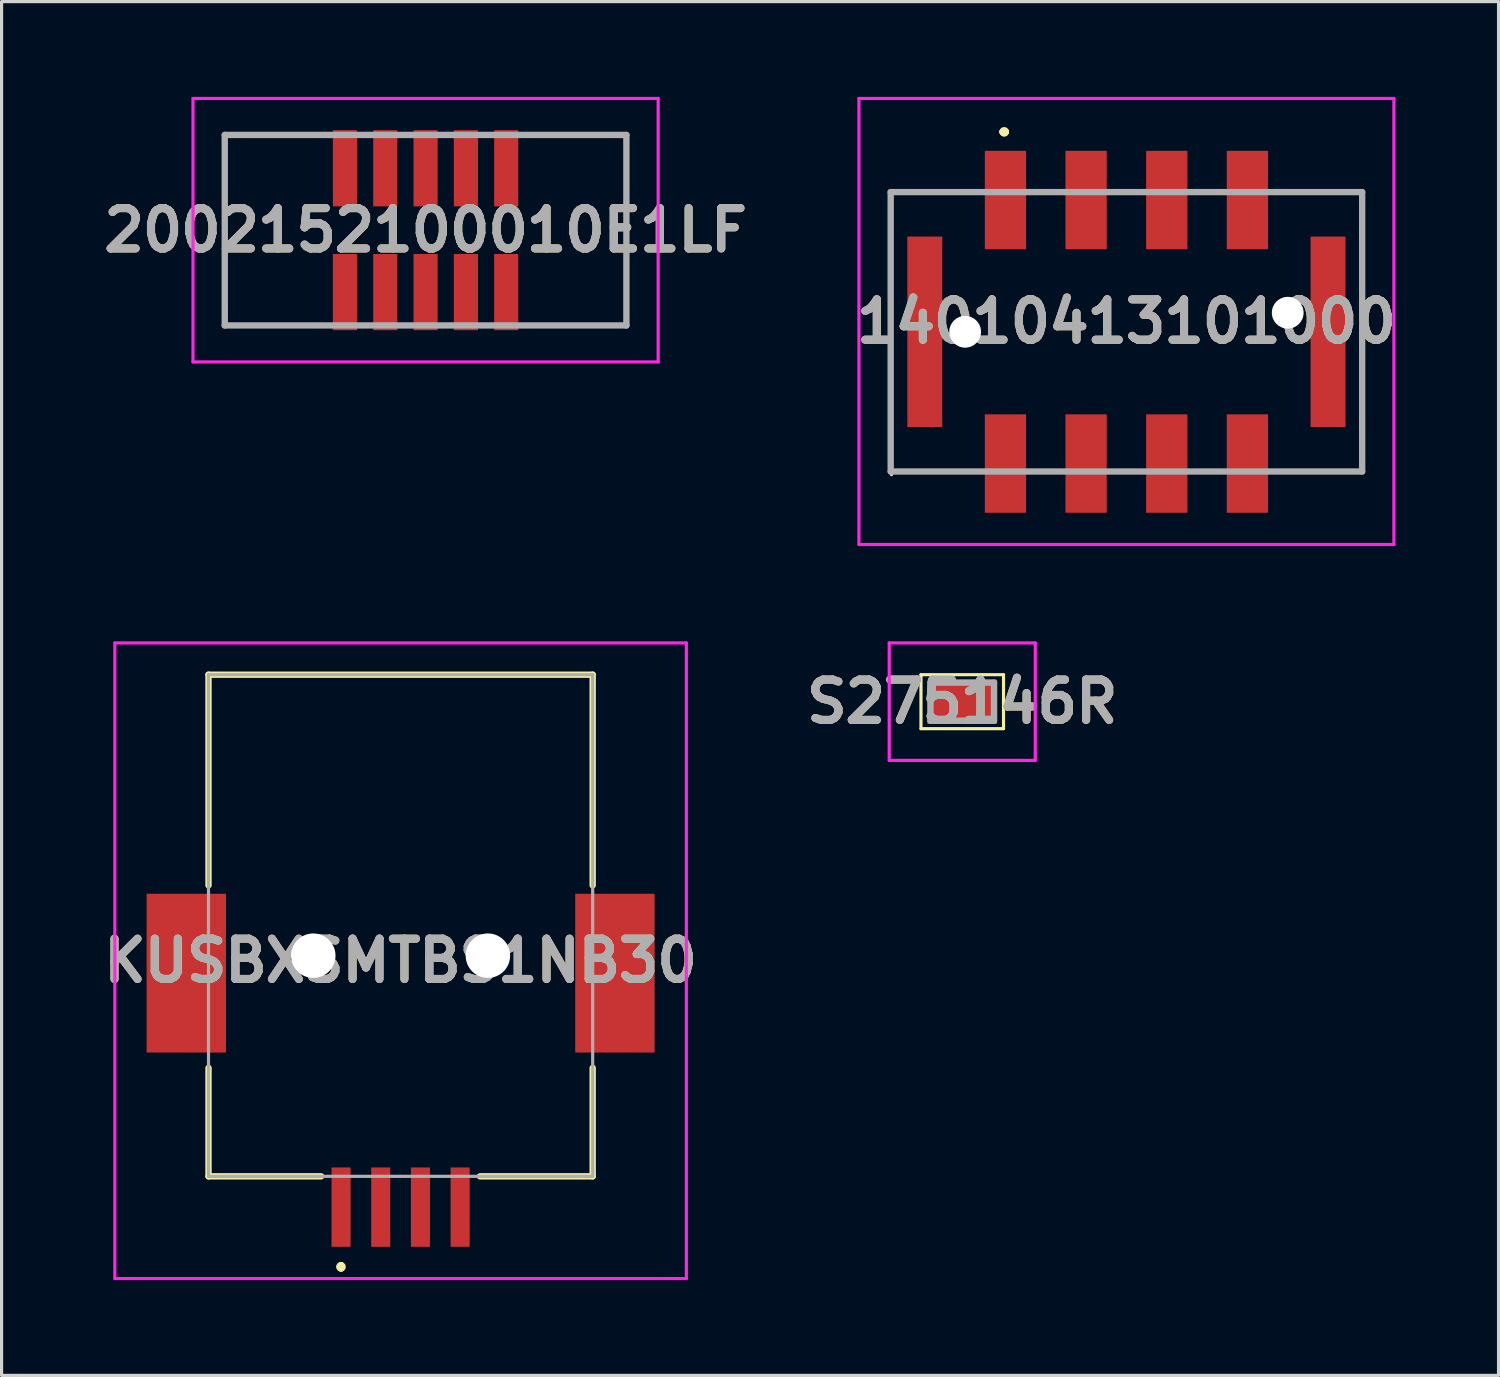
<source format=kicad_pcb>
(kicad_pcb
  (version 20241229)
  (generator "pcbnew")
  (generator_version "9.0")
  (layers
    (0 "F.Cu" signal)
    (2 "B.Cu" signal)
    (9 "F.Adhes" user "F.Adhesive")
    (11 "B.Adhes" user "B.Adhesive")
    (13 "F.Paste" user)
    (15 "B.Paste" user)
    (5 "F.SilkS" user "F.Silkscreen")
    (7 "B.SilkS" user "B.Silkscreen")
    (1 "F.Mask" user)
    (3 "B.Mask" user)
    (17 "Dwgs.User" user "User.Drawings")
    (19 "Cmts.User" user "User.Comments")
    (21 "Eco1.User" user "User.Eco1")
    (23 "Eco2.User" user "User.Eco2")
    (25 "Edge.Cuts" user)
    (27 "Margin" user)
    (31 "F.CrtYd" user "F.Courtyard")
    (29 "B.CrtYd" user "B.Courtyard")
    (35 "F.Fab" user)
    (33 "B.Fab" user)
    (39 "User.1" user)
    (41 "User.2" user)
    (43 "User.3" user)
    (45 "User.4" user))
  (footprint "KUSBXSMTBS1NB30"
    (layer "F.Cu")
    (at 9.567 27.05)
    (property "Reference" "KUSBXSMTBS1NB30" (at 0 0.16 0) (layer "F.SilkS") (effects (font (size 1.27 1.27) (thickness 0.254))))
    (attr through_hole)
    (fp_line (start -6.05 -8.85) (end 6.05 -8.85) (stroke (width 0.2) (type solid)) (layer "F.SilkS"))
    (fp_line (start -6.05 -2.215) (end -6.05 -8.85) (stroke (width 0.2) (type solid)) (layer "F.SilkS"))
    (fp_line (start -6.05 6.95) (end -6.05 3.535) (stroke (width 0.2) (type solid)) (layer "F.SilkS"))
    (fp_line (start -2.5 6.95) (end -6.05 6.95) (stroke (width 0.2) (type solid)) (layer "F.SilkS"))
    (fp_line (start -1.875 9.75) (end -1.875 9.75) (stroke (width 0.2) (type solid)) (layer "F.SilkS"))
    (fp_line (start -1.875 9.75) (end -1.875 9.75) (stroke (width 0.2) (type solid)) (layer "F.SilkS"))
    (fp_line (start -1.875 9.85) (end -1.875 9.85) (stroke (width 0.2) (type solid)) (layer "F.SilkS"))
    (fp_line (start 6.05 -8.85) (end 6.05 -2.215) (stroke (width 0.2) (type solid)) (layer "F.SilkS"))
    (fp_line (start 6.05 3.535) (end 6.05 6.95) (stroke (width 0.2) (type solid)) (layer "F.SilkS"))
    (fp_line (start 6.05 6.95) (end 2.5 6.95) (stroke (width 0.2) (type solid)) (layer "F.SilkS"))
    (fp_arc (start -1.875 9.75) (mid -1.825 9.8) (end -1.875 9.85) (stroke (width 0.2) (type solid)) (layer "F.SilkS"))
    (fp_arc (start -1.875 9.85) (mid -1.925 9.8) (end -1.875 9.75) (stroke (width 0.2) (type solid)) (layer "F.SilkS"))
    (fp_arc (start -1.875 9.85) (mid -1.925 9.8) (end -1.875 9.75) (stroke (width 0.2) (type solid)) (layer "F.SilkS"))
    (fp_line (start -9 -9.85) (end 9 -9.85) (stroke (width 0.1) (type solid)) (layer "F.CrtYd"))
    (fp_line (start -9 10.17) (end -9 -9.85) (stroke (width 0.1) (type solid)) (layer "F.CrtYd"))
    (fp_line (start 9 -9.85) (end 9 10.17) (stroke (width 0.1) (type solid)) (layer "F.CrtYd"))
    (fp_line (start 9 10.17) (end -9 10.17) (stroke (width 0.1) (type solid)) (layer "F.CrtYd"))
    (fp_line (start -6.05 -8.85) (end -6.05 6.95) (stroke (width 0.1) (type solid)) (layer "F.Fab"))
    (fp_line (start -6.05 6.95) (end 6.05 6.95) (stroke (width 0.1) (type solid)) (layer "F.Fab"))
    (fp_line (start 6.05 -8.85) (end -6.05 -8.85) (stroke (width 0.1) (type solid)) (layer "F.Fab"))
    (fp_line (start 6.05 6.95) (end 6.05 -8.85) (stroke (width 0.1) (type solid)) (layer "F.Fab"))
    (fp_text user "${REFERENCE}" (at 0 0.16 0) (layer "F.Fab") (effects (font (size 1.27 1.27) (thickness 0.254))))
    (pad "" np_thru_hole circle (at -2.75 0) (size 1.4 1.4) (drill 1.4) (layers "*.Cu" "*.Mask"))
    (pad "" np_thru_hole circle (at 2.75 0) (size 1.4 1.4) (drill 1.4) (layers "*.Cu" "*.Mask"))
    (pad "1" smd rect (at -1.875 7.92) (size 0.6 2.5) (layers "F.Cu" "F.Mask" "F.Paste"))
    (pad "2" smd rect (at 0.625 7.92) (size 0.6 2.5) (layers "F.Cu" "F.Mask" "F.Paste"))
    (pad "3" smd rect (at 1.875 7.92) (size 0.6 2.5) (layers "F.Cu" "F.Mask" "F.Paste"))
    (pad "4" smd rect (at -0.625 7.92) (size 0.6 2.5) (layers "F.Cu" "F.Mask" "F.Paste"))
    (pad "MP1" smd rect (at -6.75 0.55) (size 2.5 5) (layers "F.Cu" "F.Mask" "F.Paste"))
    (pad "MP2" smd rect (at 6.75 0.55) (size 2.5 5) (layers "F.Cu" "F.Mask" "F.Paste")))
  (footprint "S275146R"
    (layer "F.Cu")
    (at 27.257 19.05)
    (property "Reference" "S275146R" (at 0 0 0) (layer "F.SilkS") (effects (font (size 1.27 1.27) (thickness 0.254))))
    (attr smd)
    (fp_line (start -1.3 -0.85) (end 1.3 -0.85) (stroke (width 0.1) (type solid)) (layer "F.SilkS"))
    (fp_line (start -1.3 0.85) (end -1.3 -0.85) (stroke (width 0.1) (type solid)) (layer "F.SilkS"))
    (fp_line (start 1.3 -0.85) (end 1.3 0.85) (stroke (width 0.1) (type solid)) (layer "F.SilkS"))
    (fp_line (start 1.3 0.85) (end -1.3 0.85) (stroke (width 0.1) (type solid)) (layer "F.SilkS"))
    (fp_line (start -2.3 -1.85) (end 2.3 -1.85) (stroke (width 0.1) (type solid)) (layer "F.CrtYd"))
    (fp_line (start -2.3 1.85) (end -2.3 -1.85) (stroke (width 0.1) (type solid)) (layer "F.CrtYd"))
    (fp_line (start 2.3 -1.85) (end 2.3 1.85) (stroke (width 0.1) (type solid)) (layer "F.CrtYd"))
    (fp_line (start 2.3 1.85) (end -2.3 1.85) (stroke (width 0.1) (type solid)) (layer "F.CrtYd"))
    (fp_line (start -1 -0.6) (end 1 -0.6) (stroke (width 0.2) (type solid)) (layer "F.Fab"))
    (fp_line (start -1 0.6) (end -1 -0.6) (stroke (width 0.2) (type solid)) (layer "F.Fab"))
    (fp_line (start 1 -0.6) (end 1 0.6) (stroke (width 0.2) (type solid)) (layer "F.Fab"))
    (fp_line (start 1 0.6) (end -1 0.6) (stroke (width 0.2) (type solid)) (layer "F.Fab"))
    (fp_text user "${REFERENCE}" (at 0 0 0) (layer "F.Fab") (effects (font (size 1.27 1.27) (thickness 0.254))))
    (pad "1" smd rect (at 0 0 90) (size 1.4 2.2) (layers "F.Cu" "F.Mask" "F.Paste")))
  (footprint "2002152100010E1LF"
    (layer "F.Cu")
    (at 10.354 4.2)
    (property "Reference" "2002152100010E1LF" (at 0 0 0) (layer "F.SilkS") (effects (font (size 1.27 1.27) (thickness 0.254))))
    (attr smd)
    (fp_line (start -6.325 -3) (end -3.1 -3) (stroke (width 0.1) (type solid)) (layer "F.SilkS"))
    (fp_line (start -6.3 3) (end -6.325 -3) (stroke (width 0.1) (type solid)) (layer "F.SilkS"))
    (fp_line (start -3.2 3) (end -6.3 3) (stroke (width 0.1) (type solid)) (layer "F.SilkS"))
    (fp_line (start 3.1 3) (end 6.325 3) (stroke (width 0.1) (type solid)) (layer "F.SilkS"))
    (fp_line (start 6.325 -3) (end 3.2 -3) (stroke (width 0.1) (type solid)) (layer "F.SilkS"))
    (fp_line (start 6.325 3) (end 6.325 -3) (stroke (width 0.1) (type solid)) (layer "F.SilkS"))
    (fp_line (start -7.325 -4.15) (end 7.325 -4.15) (stroke (width 0.1) (type solid)) (layer "F.CrtYd"))
    (fp_line (start -7.325 4.15) (end -7.325 -4.15) (stroke (width 0.1) (type solid)) (layer "F.CrtYd"))
    (fp_line (start 7.325 -4.15) (end 7.325 4.15) (stroke (width 0.1) (type solid)) (layer "F.CrtYd"))
    (fp_line (start 7.325 4.15) (end -7.325 4.15) (stroke (width 0.1) (type solid)) (layer "F.CrtYd"))
    (fp_line (start -6.325 -3) (end 6.325 -3) (stroke (width 0.2) (type solid)) (layer "F.Fab"))
    (fp_line (start -6.325 3) (end -6.325 -3) (stroke (width 0.2) (type solid)) (layer "F.Fab"))
    (fp_line (start 6.325 -3) (end 6.325 3) (stroke (width 0.2) (type solid)) (layer "F.Fab"))
    (fp_line (start 6.325 3) (end -6.325 3) (stroke (width 0.2) (type solid)) (layer "F.Fab"))
    (fp_text user "${REFERENCE}" (at 0 0 0) (layer "F.Fab") (effects (font (size 1.27 1.27) (thickness 0.254))))
    (pad "1" smd rect (at -2.54 1.95) (size 0.76 2.4) (layers "F.Cu" "F.Mask" "F.Paste"))
    (pad "2" smd rect (at -2.54 -1.95) (size 0.76 2.4) (layers "F.Cu" "F.Mask" "F.Paste"))
    (pad "3" smd rect (at -1.27 1.95) (size 0.76 2.4) (layers "F.Cu" "F.Mask" "F.Paste"))
    (pad "4" smd rect (at -1.27 -1.95) (size 0.76 2.4) (layers "F.Cu" "F.Mask" "F.Paste"))
    (pad "5" smd rect (at 0 1.95) (size 0.76 2.4) (layers "F.Cu" "F.Mask" "F.Paste"))
    (pad "6" smd rect (at 0 -1.95) (size 0.76 2.4) (layers "F.Cu" "F.Mask" "F.Paste"))
    (pad "7" smd rect (at 1.27 1.95) (size 0.76 2.4) (layers "F.Cu" "F.Mask" "F.Paste"))
    (pad "8" smd rect (at 1.27 -1.95) (size 0.76 2.4) (layers "F.Cu" "F.Mask" "F.Paste"))
    (pad "9" smd rect (at 2.54 1.95) (size 0.76 2.4) (layers "F.Cu" "F.Mask" "F.Paste"))
    (pad "10" smd rect (at 2.54 -1.95) (size 0.76 2.4) (layers "F.Cu" "F.Mask" "F.Paste")))
  (footprint "14010413101000"
    (layer "F.Cu")
    (at 32.428 7.4)
    (property "Reference" "14010413101000" (at 0 -0.325 0) (layer "F.SilkS") (effects (font (size 1.27 1.27) (thickness 0.254))))
    (attr through_hole)
    (fp_line (start -7.4 -4.4) (end -7.4 4.5) (stroke (width 0.1) (type solid)) (layer "F.SilkS"))
    (fp_line (start -7.4 4.4) (end -5 4.4) (stroke (width 0.1) (type solid)) (layer "F.SilkS"))
    (fp_line (start -5 -4.4) (end -7.4 -4.4) (stroke (width 0.1) (type solid)) (layer "F.SilkS"))
    (fp_line (start -3.9 -6.3) (end -3.9 -6.3) (stroke (width 0.2) (type solid)) (layer "F.SilkS"))
    (fp_line (start -3.9 -6.3) (end -3.9 -6.3) (stroke (width 0.2) (type solid)) (layer "F.SilkS"))
    (fp_line (start -3.8 -6.3) (end -3.8 -6.3) (stroke (width 0.2) (type solid)) (layer "F.SilkS"))
    (fp_line (start 4.8 4.4) (end 7.4 4.4) (stroke (width 0.1) (type solid)) (layer "F.SilkS"))
    (fp_line (start 7.4 -4.4) (end 4.8 -4.4) (stroke (width 0.1) (type solid)) (layer "F.SilkS"))
    (fp_line (start 7.4 4.4) (end 7.4 -4.4) (stroke (width 0.1) (type solid)) (layer "F.SilkS"))
    (fp_arc (start -3.9 -6.3) (mid -3.85 -6.35) (end -3.8 -6.3) (stroke (width 0.2) (type solid)) (layer "F.SilkS"))
    (fp_arc (start -3.8 -6.3) (mid -3.85 -6.25) (end -3.9 -6.3) (stroke (width 0.2) (type solid)) (layer "F.SilkS"))
    (fp_arc (start -3.8 -6.3) (mid -3.85 -6.25) (end -3.9 -6.3) (stroke (width 0.2) (type solid)) (layer "F.SilkS"))
    (fp_line (start -8.425 -7.35) (end 8.425 -7.35) (stroke (width 0.1) (type solid)) (layer "F.CrtYd"))
    (fp_line (start -8.425 6.7) (end -8.425 -7.35) (stroke (width 0.1) (type solid)) (layer "F.CrtYd"))
    (fp_line (start 8.425 -7.35) (end 8.425 6.7) (stroke (width 0.1) (type solid)) (layer "F.CrtYd"))
    (fp_line (start 8.425 6.7) (end -8.425 6.7) (stroke (width 0.1) (type solid)) (layer "F.CrtYd"))
    (fp_line (start -7.425 -4.4) (end -7.425 4.4) (stroke (width 0.2) (type solid)) (layer "F.Fab"))
    (fp_line (start -7.425 4.4) (end 7.425 4.4) (stroke (width 0.2) (type solid)) (layer "F.Fab"))
    (fp_line (start 7.425 -4.4) (end -7.425 -4.4) (stroke (width 0.2) (type solid)) (layer "F.Fab"))
    (fp_line (start 7.425 4.4) (end 7.425 -4.4) (stroke (width 0.2) (type solid)) (layer "F.Fab"))
    (fp_text user "${REFERENCE}" (at 0 -0.325 0) (layer "F.Fab") (effects (font (size 1.27 1.27) (thickness 0.254))))
    (pad "" np_thru_hole circle (at -5.08 0) (size 1 1) (drill 1) (layers "*.Cu" "*.Mask"))
    (pad "" np_thru_hole circle (at 5.08 -0.6) (size 1 1) (drill 1) (layers "*.Cu" "*.Mask"))
    (pad "1" smd rect (at -3.81 -4.15) (size 1.3 3.1) (layers "F.Cu" "F.Mask" "F.Paste"))
    (pad "2" smd rect (at -3.81 4.15) (size 1.3 3.1) (layers "F.Cu" "F.Mask" "F.Paste"))
    (pad "3" smd rect (at -1.27 -4.15) (size 1.3 3.1) (layers "F.Cu" "F.Mask" "F.Paste"))
    (pad "4" smd rect (at -1.27 4.15) (size 1.3 3.1) (layers "F.Cu" "F.Mask" "F.Paste"))
    (pad "5" smd rect (at 1.27 -4.15) (size 1.3 3.1) (layers "F.Cu" "F.Mask" "F.Paste"))
    (pad "6" smd rect (at 1.27 4.15) (size 1.3 3.1) (layers "F.Cu" "F.Mask" "F.Paste"))
    (pad "7" smd rect (at 3.81 -4.15) (size 1.3 3.1) (layers "F.Cu" "F.Mask" "F.Paste"))
    (pad "8" smd rect (at 3.81 4.15) (size 1.3 3.1) (layers "F.Cu" "F.Mask" "F.Paste"))
    (pad "MP1" smd rect (at -6.35 0) (size 1.1 6) (layers "F.Cu" "F.Mask" "F.Paste"))
    (pad "MP2" smd rect (at 6.35 0) (size 1.1 6) (layers "F.Cu" "F.Mask" "F.Paste")))
  (gr_rect
    (start -3 -3)
    (end 44.148 40.27)
    (stroke (width 0.1) (type default))
    (fill no)
    (layer "Edge.Cuts")))
</source>
